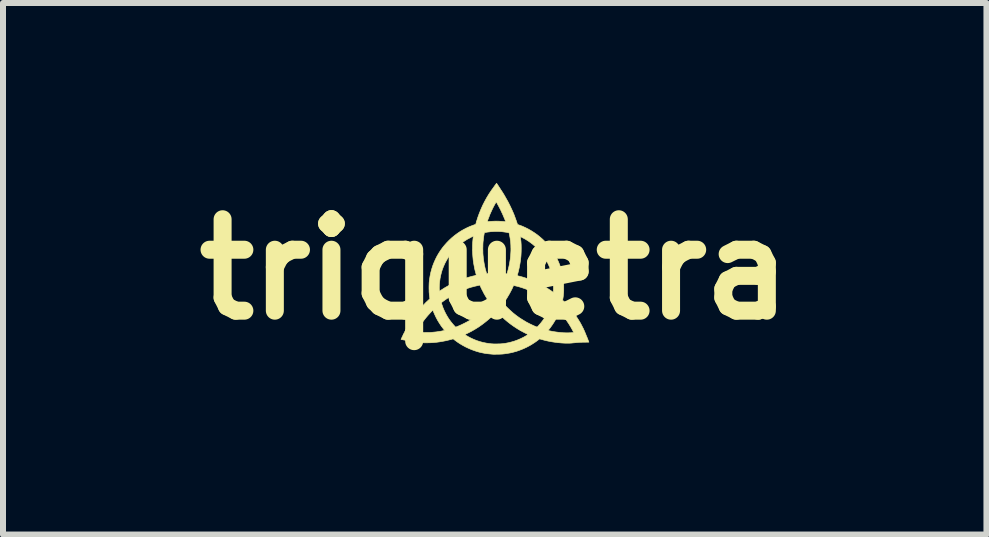
<source format=kicad_pcb>
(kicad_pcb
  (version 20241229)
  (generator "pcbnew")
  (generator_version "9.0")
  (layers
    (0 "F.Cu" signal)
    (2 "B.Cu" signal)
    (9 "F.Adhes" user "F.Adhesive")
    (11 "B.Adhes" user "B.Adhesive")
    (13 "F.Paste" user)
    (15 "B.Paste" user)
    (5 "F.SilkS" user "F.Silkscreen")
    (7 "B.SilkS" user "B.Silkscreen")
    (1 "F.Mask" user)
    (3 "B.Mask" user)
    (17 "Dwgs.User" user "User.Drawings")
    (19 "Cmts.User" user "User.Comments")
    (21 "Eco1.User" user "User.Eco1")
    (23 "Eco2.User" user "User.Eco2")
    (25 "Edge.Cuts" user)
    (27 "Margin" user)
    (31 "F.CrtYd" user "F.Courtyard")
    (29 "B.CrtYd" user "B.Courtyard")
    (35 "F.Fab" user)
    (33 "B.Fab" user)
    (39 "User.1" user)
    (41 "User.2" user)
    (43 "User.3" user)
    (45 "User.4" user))
  (footprint "triquetra"
    (layer "F.Cu")
    (at 5.196 1.439)
    (property "Reference" "triquetra" (at 0 0 0) (layer "F.SilkS") (effects (font (size 1.524 1.524) (thickness 0.3))))
    (attr through_hole)
    (fp_poly (pts (xy 0.032 -1.434) (xy 0.033 -1.432) (xy 0.036 -1.428) (xy 0.04 -1.421) (xy 0.046 -1.413) (xy 0.052 -1.404) (xy 0.059 -1.393) (xy 0.067 -1.381) (xy 0.075 -1.368) (xy 0.084 -1.355) (xy 0.092 -1.342) (xy 0.1 -1.329) (xy 0.108 -1.317) (xy 0.116 -1.306) (xy 0.123 -1.295) (xy 0.128 -1.286) (xy 0.133 -1.279) (xy 0.135 -1.276) (xy 0.164 -1.228) (xy 0.191 -1.18) (xy 0.218 -1.133) (xy 0.243 -1.084) (xy 0.256 -1.058) (xy 0.273 -1.022) (xy 0.289 -0.988) (xy 0.303 -0.956) (xy 0.317 -0.924) (xy 0.329 -0.893) (xy 0.341 -0.86) (xy 0.353 -0.827) (xy 0.363 -0.799) (xy 0.38 -0.748) (xy 0.399 -0.741) (xy 0.454 -0.721) (xy 0.508 -0.697) (xy 0.56 -0.671) (xy 0.61 -0.642) (xy 0.659 -0.611) (xy 0.706 -0.578) (xy 0.751 -0.542) (xy 0.795 -0.504) (xy 0.836 -0.464) (xy 0.875 -0.422) (xy 0.912 -0.378) (xy 0.946 -0.332) (xy 0.978 -0.285) (xy 1.008 -0.236) (xy 1.035 -0.185) (xy 1.059 -0.133) (xy 1.081 -0.08) (xy 1.1 -0.025) (xy 1.115 0.028) (xy 1.125 0.07) (xy 1.134 0.112) (xy 1.141 0.155) (xy 1.146 0.199) (xy 1.147 0.211) (xy 1.148 0.221) (xy 1.149 0.231) (xy 1.149 0.242) (xy 1.15 0.255) (xy 1.15 0.27) (xy 1.15 0.287) (xy 1.15 0.305) (xy 1.15 0.33) (xy 1.15 0.354) (xy 1.149 0.375) (xy 1.148 0.395) (xy 1.146 0.414) (xy 1.144 0.433) (xy 1.142 0.453) (xy 1.139 0.473) (xy 1.137 0.486) (xy 1.132 0.515) (xy 1.166 0.549) (xy 1.181 0.565) (xy 1.195 0.579) (xy 1.207 0.592) (xy 1.218 0.604) (xy 1.229 0.617) (xy 1.241 0.63) (xy 1.253 0.644) (xy 1.257 0.649) (xy 1.295 0.696) (xy 1.331 0.744) (xy 1.364 0.792) (xy 1.396 0.842) (xy 1.427 0.893) (xy 1.448 0.932) (xy 1.457 0.95) (xy 1.466 0.968) (xy 1.476 0.986) (xy 1.484 1.005) (xy 1.494 1.026) (xy 1.503 1.048) (xy 1.513 1.071) (xy 1.523 1.097) (xy 1.535 1.125) (xy 1.542 1.142) (xy 1.57 1.214) (xy 1.503 1.215) (xy 1.484 1.215) (xy 1.467 1.215) (xy 1.453 1.216) (xy 1.44 1.216) (xy 1.429 1.216) (xy 1.419 1.217) (xy 1.409 1.217) (xy 1.399 1.218) (xy 1.388 1.219) (xy 1.376 1.22) (xy 1.363 1.221) (xy 1.348 1.223) (xy 1.345 1.223) (xy 1.322 1.225) (xy 1.301 1.227) (xy 1.282 1.229) (xy 1.266 1.23) (xy 1.25 1.231) (xy 1.235 1.231) (xy 1.221 1.231) (xy 1.206 1.231) (xy 1.191 1.231) (xy 1.175 1.231) (xy 1.174 1.231) (xy 1.138 1.229) (xy 1.105 1.227) (xy 1.075 1.224) (xy 1.046 1.222) (xy 1.045 1.221) (xy 0.998 1.215) (xy 0.951 1.208) (xy 0.903 1.199) (xy 0.856 1.189) (xy 0.81 1.177) (xy 0.771 1.166) (xy 0.747 1.159) (xy 0.733 1.171) (xy 0.685 1.207) (xy 0.635 1.24) (xy 0.584 1.271) (xy 0.531 1.299) (xy 0.477 1.324) (xy 0.422 1.346) (xy 0.365 1.366) (xy 0.34 1.373) (xy 0.296 1.385) (xy 0.25 1.395) (xy 0.202 1.403) (xy 0.153 1.41) (xy 0.131 1.412) (xy 0.124 1.413) (xy 0.115 1.413) (xy 0.104 1.414) (xy 0.09 1.414) (xy 0.076 1.415) (xy 0.061 1.415) (xy 0.045 1.415) (xy 0.029 1.415) (xy 0.014 1.416) (xy -0.000039 1.416) (xy -0.013 1.416) (xy -0.024 1.416) (xy -0.032 1.415) (xy -0.037 1.415) (xy -0.079 1.411) (xy -0.119 1.407) (xy -0.157 1.402) (xy -0.193 1.395) (xy -0.229 1.388) (xy -0.264 1.379) (xy -0.299 1.369) (xy -0.335 1.357) (xy -0.338 1.356) (xy -0.387 1.338) (xy -0.436 1.317) (xy -0.485 1.294) (xy -0.533 1.268) (xy -0.579 1.241) (xy -0.624 1.211) (xy -0.666 1.18) (xy -0.681 1.168) (xy -0.692 1.159) (xy -0.714 1.165) (xy -0.764 1.178) (xy -0.814 1.19) (xy -0.866 1.2) (xy -0.918 1.209) (xy -0.97 1.216) (xy -1.022 1.221) (xy -1.074 1.224) (xy -1.124 1.225) (xy -1.173 1.225) (xy -1.22 1.223) (xy -1.266 1.219) (xy -1.283 1.217) (xy -1.291 1.216) (xy -1.301 1.214) (xy -1.313 1.212) (xy -1.327 1.21) (xy -1.342 1.207) (xy -1.359 1.205) (xy -1.376 1.202) (xy -1.394 1.199) (xy -1.413 1.196) (xy -1.431 1.192) (xy -1.449 1.189) (xy -1.467 1.186) (xy -1.484 1.183) (xy -1.5 1.18) (xy -1.515 1.178) (xy -1.528 1.175) (xy -1.539 1.173) (xy -1.549 1.171) (xy -1.555 1.17) (xy -1.56 1.169) (xy -1.561 1.168) (xy -1.561 1.167) (xy -1.559 1.163) (xy -1.556 1.156) (xy -1.552 1.147) (xy -1.547 1.137) (xy -1.542 1.125) (xy -1.535 1.111) (xy -1.528 1.097) (xy -1.524 1.088) (xy -0.499 1.088) (xy -0.486 1.096) (xy -0.48 1.1) (xy -0.472 1.105) (xy -0.462 1.11) (xy -0.453 1.116) (xy -0.448 1.119) (xy -0.399 1.145) (xy -0.349 1.168) (xy -0.299 1.188) (xy -0.247 1.205) (xy -0.194 1.219) (xy -0.14 1.23) (xy -0.085 1.238) (xy -0.06 1.241) (xy -0.05 1.242) (xy -0.041 1.242) (xy -0.033 1.243) (xy -0.026 1.243) (xy -0.018 1.244) (xy -0.01 1.244) (xy -0.001 1.244) (xy 0.009 1.244) (xy 0.022 1.244) (xy 0.037 1.244) (xy 0.04 1.244) (xy 0.058 1.243) (xy 0.074 1.243) (xy 0.088 1.243) (xy 0.1 1.242) (xy 0.112 1.241) (xy 0.124 1.24) (xy 0.124 1.24) (xy 0.179 1.233) (xy 0.232 1.223) (xy 0.283 1.21) (xy 0.333 1.195) (xy 0.382 1.177) (xy 0.431 1.156) (xy 0.468 1.138) (xy 0.476 1.134) (xy 0.486 1.129) (xy 0.496 1.123) (xy 0.506 1.117) (xy 0.517 1.111) (xy 0.527 1.105) (xy 0.536 1.099) (xy 0.544 1.095) (xy 0.549 1.091) (xy 0.552 1.089) (xy 0.556 1.086) (xy 0.514 1.066) (xy 0.483 1.05) (xy 0.455 1.035) (xy 0.427 1.02) (xy 0.426 1.019) (xy 0.891 1.019) (xy 0.892 1.02) (xy 0.894 1.021) (xy 0.897 1.022) (xy 0.902 1.023) (xy 0.909 1.024) (xy 0.918 1.026) (xy 0.927 1.028) (xy 0.928 1.028) (xy 0.972 1.037) (xy 1.018 1.044) (xy 1.065 1.05) (xy 1.113 1.055) (xy 1.141 1.057) (xy 1.155 1.058) (xy 1.171 1.058) (xy 1.188 1.059) (xy 1.207 1.059) (xy 1.225 1.059) (xy 1.243 1.058) (xy 1.259 1.058) (xy 1.274 1.057) (xy 1.282 1.056) (xy 1.291 1.056) (xy 1.3 1.055) (xy 1.307 1.054) (xy 1.312 1.054) (xy 1.314 1.053) (xy 1.314 1.053) (xy 1.314 1.052) (xy 1.313 1.049) (xy 1.311 1.043) (xy 1.307 1.035) (xy 1.302 1.024) (xy 1.301 1.022) (xy 1.269 0.964) (xy 1.234 0.907) (xy 1.197 0.852) (xy 1.156 0.798) (xy 1.113 0.745) (xy 1.098 0.728) (xy 1.092 0.721) (xy 1.086 0.715) (xy 1.082 0.71) (xy 1.079 0.707) (xy 1.077 0.705) (xy 1.077 0.705) (xy 1.076 0.707) (xy 1.075 0.711) (xy 1.072 0.717) (xy 1.069 0.724) (xy 1.065 0.733) (xy 1.064 0.735) (xy 1.041 0.785) (xy 1.016 0.835) (xy 0.987 0.884) (xy 0.956 0.931) (xy 0.923 0.977) (xy 0.904 1.001) (xy 0.899 1.007) (xy 0.895 1.012) (xy 0.892 1.016) (xy 0.891 1.019) (xy 0.891 1.019) (xy 0.426 1.019) (xy 0.399 1.004) (xy 0.371 0.986) (xy 0.352 0.974) (xy 0.304 0.942) (xy 0.256 0.907) (xy 0.209 0.87) (xy 0.163 0.831) (xy 0.119 0.79) (xy 0.077 0.749) (xy 0.062 0.733) (xy 0.054 0.725) (xy 0.048 0.718) (xy 0.042 0.712) (xy 0.037 0.708) (xy 0.034 0.705) (xy 0.033 0.704) (xy 0.032 0.705) (xy 0.029 0.708) (xy 0.024 0.713) (xy 0.018 0.719) (xy 0.011 0.726) (xy 0.006 0.732) (xy -0.006 0.745) (xy -0.021 0.759) (xy -0.037 0.775) (xy -0.053 0.79) (xy -0.069 0.805) (xy -0.085 0.819) (xy -0.099 0.832) (xy -0.099 0.832) (xy -0.154 0.877) (xy -0.21 0.92) (xy -0.268 0.961) (xy -0.329 0.999) (xy -0.39 1.034) (xy -0.453 1.066) (xy -0.487 1.082) (xy -0.499 1.088) (xy -1.524 1.088) (xy -1.521 1.082) (xy -1.513 1.066) (xy -1.505 1.05) (xy -1.5 1.039) (xy -1.305 1.039) (xy -1.302 1.04) (xy -1.298 1.041) (xy -1.29 1.042) (xy -1.281 1.043) (xy -1.27 1.045) (xy -1.258 1.046) (xy -1.245 1.048) (xy -1.231 1.049) (xy -1.218 1.051) (xy -1.204 1.052) (xy -1.192 1.053) (xy -1.188 1.053) (xy -1.181 1.053) (xy -1.171 1.054) (xy -1.16 1.053) (xy -1.147 1.053) (xy -1.134 1.053) (xy -1.12 1.053) (xy -1.107 1.053) (xy -1.093 1.052) (xy -1.081 1.052) (xy -1.071 1.052) (xy -1.062 1.051) (xy -1.056 1.051) (xy -1.015 1.047) (xy -0.974 1.043) (xy -0.934 1.037) (xy -0.895 1.031) (xy -0.872 1.026) (xy -0.861 1.024) (xy -0.852 1.022) (xy -0.845 1.021) (xy -0.839 1.019) (xy -0.836 1.019) (xy -0.835 1.018) (xy -0.836 1.017) (xy -0.839 1.014) (xy -0.843 1.009) (xy -0.848 1.002) (xy -0.853 0.995) (xy -0.855 0.993) (xy -0.89 0.947) (xy -0.922 0.899) (xy -0.952 0.85) (xy -0.979 0.799) (xy -1.003 0.748) (xy -1.023 0.701) (xy -1.026 0.693) (xy -1.028 0.687) (xy -1.03 0.682) (xy -1.031 0.68) (xy -1.031 0.68) (xy -1.032 0.681) (xy -1.035 0.684) (xy -1.04 0.688) (xy -1.046 0.695) (xy -1.053 0.702) (xy -1.061 0.71) (xy -1.069 0.719) (xy -1.077 0.728) (xy -1.085 0.737) (xy -1.093 0.746) (xy -1.101 0.754) (xy -1.107 0.761) (xy -1.112 0.767) (xy -1.113 0.768) (xy -1.143 0.803) (xy -1.17 0.837) (xy -1.197 0.872) (xy -1.223 0.909) (xy -1.249 0.947) (xy -1.26 0.964) (xy -1.266 0.974) (xy -1.272 0.984) (xy -1.279 0.994) (xy -1.285 1.004) (xy -1.29 1.013) (xy -1.295 1.022) (xy -1.299 1.029) (xy -1.302 1.035) (xy -1.304 1.038) (xy -1.305 1.039) (xy -1.5 1.039) (xy -1.499 1.038) (xy -1.464 0.971) (xy -1.426 0.905) (xy -1.385 0.841) (xy -1.342 0.779) (xy -1.296 0.719) (xy -1.248 0.661) (xy -1.197 0.605) (xy -1.152 0.558) (xy -0.889 0.558) (xy -0.888 0.56) (xy -0.887 0.566) (xy -0.885 0.573) (xy -0.882 0.582) (xy -0.879 0.592) (xy -0.875 0.602) (xy -0.871 0.614) (xy -0.867 0.624) (xy -0.864 0.635) (xy -0.86 0.644) (xy -0.858 0.649) (xy -0.838 0.696) (xy -0.815 0.742) (xy -0.79 0.786) (xy -0.763 0.829) (xy -0.732 0.871) (xy -0.699 0.912) (xy -0.673 0.941) (xy -0.665 0.949) (xy -0.66 0.955) (xy -0.656 0.959) (xy -0.653 0.961) (xy -0.65 0.963) (xy -0.649 0.963) (xy -0.649 0.963) (xy -0.646 0.962) (xy -0.641 0.96) (xy -0.634 0.957) (xy -0.626 0.954) (xy -0.618 0.951) (xy -0.558 0.925) (xy -0.499 0.896) (xy -0.44 0.865) (xy -0.383 0.83) (xy -0.36 0.815) (xy -0.308 0.778) (xy -0.257 0.739) (xy -0.208 0.698) (xy -0.161 0.655) (xy -0.116 0.611) (xy -0.088 0.58) (xy -0.077 0.568) (xy 0.144 0.568) (xy 0.146 0.569) (xy 0.149 0.573) (xy 0.153 0.578) (xy 0.159 0.585) (xy 0.166 0.593) (xy 0.174 0.601) (xy 0.182 0.61) (xy 0.191 0.619) (xy 0.199 0.628) (xy 0.208 0.636) (xy 0.208 0.637) (xy 0.257 0.683) (xy 0.307 0.728) (xy 0.36 0.77) (xy 0.414 0.809) (xy 0.471 0.845) (xy 0.529 0.88) (xy 0.589 0.911) (xy 0.65 0.94) (xy 0.679 0.952) (xy 0.687 0.955) (xy 0.694 0.958) (xy 0.7 0.96) (xy 0.704 0.962) (xy 0.706 0.962) (xy 0.708 0.961) (xy 0.712 0.957) (xy 0.718 0.952) (xy 0.726 0.944) (xy 0.729 0.94) (xy 0.765 0.899) (xy 0.798 0.857) (xy 0.828 0.813) (xy 0.856 0.769) (xy 0.88 0.723) (xy 0.903 0.675) (xy 0.913 0.65) (xy 0.916 0.642) (xy 0.92 0.633) (xy 0.923 0.623) (xy 0.927 0.613) (xy 0.931 0.603) (xy 0.934 0.594) (xy 0.936 0.586) (xy 0.938 0.58) (xy 0.939 0.576) (xy 0.94 0.574) (xy 0.938 0.573) (xy 0.935 0.57) (xy 0.93 0.566) (xy 0.924 0.561) (xy 0.924 0.561) (xy 0.913 0.552) (xy 0.9 0.542) (xy 0.885 0.531) (xy 0.869 0.519) (xy 0.853 0.508) (xy 0.837 0.496) (xy 0.822 0.486) (xy 0.812 0.479) (xy 0.755 0.443) (xy 0.697 0.41) (xy 0.637 0.379) (xy 0.576 0.351) (xy 0.514 0.327) (xy 0.451 0.305) (xy 0.387 0.286) (xy 0.349 0.277) (xy 0.34 0.275) (xy 0.331 0.273) (xy 0.324 0.271) (xy 0.319 0.27) (xy 0.317 0.27) (xy 0.317 0.27) (xy 0.315 0.27) (xy 0.313 0.272) (xy 0.311 0.276) (xy 0.308 0.282) (xy 0.305 0.289) (xy 0.288 0.327) (xy 0.268 0.365) (xy 0.247 0.405) (xy 0.224 0.444) (xy 0.201 0.483) (xy 0.176 0.52) (xy 0.159 0.546) (xy 0.154 0.553) (xy 0.15 0.559) (xy 0.146 0.564) (xy 0.145 0.567) (xy 0.144 0.568) (xy -0.077 0.568) (xy -0.076 0.567) (xy -0.085 0.554) (xy -0.104 0.527) (xy -0.123 0.497) (xy -0.143 0.465) (xy -0.162 0.433) (xy -0.181 0.4) (xy -0.198 0.366) (xy -0.215 0.334) (xy -0.23 0.303) (xy -0.236 0.287) (xy -0.24 0.279) (xy -0.243 0.273) (xy -0.245 0.267) (xy -0.247 0.264) (xy -0.247 0.264) (xy -0.249 0.264) (xy -0.253 0.264) (xy -0.26 0.266) (xy -0.269 0.268) (xy -0.28 0.27) (xy -0.291 0.273) (xy -0.304 0.276) (xy -0.317 0.279) (xy -0.331 0.282) (xy -0.344 0.285) (xy -0.356 0.289) (xy -0.368 0.292) (xy -0.379 0.295) (xy -0.382 0.295) (xy -0.439 0.313) (xy -0.496 0.334) (xy -0.553 0.357) (xy -0.609 0.382) (xy -0.664 0.41) (xy -0.718 0.439) (xy -0.74 0.452) (xy -0.751 0.459) (xy -0.764 0.468) (xy -0.779 0.477) (xy -0.794 0.487) (xy -0.81 0.498) (xy -0.825 0.508) (xy -0.839 0.518) (xy -0.851 0.527) (xy -0.852 0.528) (xy -0.863 0.535) (xy -0.871 0.542) (xy -0.878 0.546) (xy -0.882 0.55) (xy -0.885 0.552) (xy -0.887 0.554) (xy -0.888 0.555) (xy -0.889 0.557) (xy -0.889 0.558) (xy -0.889 0.558) (xy -1.152 0.558) (xy -1.145 0.551) (xy -1.092 0.501) (xy -1.081 0.491) (xy -1.085 0.461) (xy -1.087 0.442) (xy -1.09 0.424) (xy -1.091 0.406) (xy -1.093 0.389) (xy -1.094 0.37) (xy -1.094 0.35) (xy -1.095 0.327) (xy -1.095 0.325) (xy -1.095 0.3) (xy -0.924 0.3) (xy -0.924 0.312) (xy -0.924 0.323) (xy -0.923 0.334) (xy -0.923 0.344) (xy -0.923 0.352) (xy -0.922 0.359) (xy -0.922 0.363) (xy -0.921 0.365) (xy -0.921 0.365) (xy -0.919 0.364) (xy -0.916 0.361) (xy -0.91 0.358) (xy -0.903 0.353) (xy -0.896 0.348) (xy -0.835 0.309) (xy -0.772 0.273) (xy -0.714 0.242) (xy -0.069 0.242) (xy -0.05 0.279) (xy -0.034 0.309) (xy -0.019 0.337) (xy -0.004 0.364) (xy 0.011 0.388) (xy 0.025 0.41) (xy 0.027 0.413) (xy 0.034 0.423) (xy 0.037 0.419) (xy 0.039 0.416) (xy 0.042 0.411) (xy 0.047 0.405) (xy 0.052 0.397) (xy 0.055 0.391) (xy 0.062 0.381) (xy 0.069 0.37) (xy 0.076 0.358) (xy 0.082 0.347) (xy 0.085 0.341) (xy 0.09 0.333) (xy 0.095 0.324) (xy 0.1 0.314) (xy 0.106 0.304) (xy 0.112 0.293) (xy 0.117 0.282) (xy 0.123 0.272) (xy 0.127 0.263) (xy 0.131 0.255) (xy 0.134 0.249) (xy 0.136 0.245) (xy 0.136 0.244) (xy 0.136 0.244) (xy 0.135 0.243) (xy 0.13 0.243) (xy 0.124 0.242) (xy 0.116 0.242) (xy 0.11 0.241) (xy 0.103 0.241) (xy 0.094 0.24) (xy 0.082 0.24) (xy 0.069 0.24) (xy 0.055 0.24) (xy 0.04 0.239) (xy 0.025 0.239) (xy 0.01 0.239) (xy -0.005 0.239) (xy -0.019 0.239) (xy -0.031 0.24) (xy -0.042 0.24) (xy -0.051 0.24) (xy -0.057 0.241) (xy -0.06 0.241) (xy -0.069 0.242) (xy -0.714 0.242) (xy -0.708 0.239) (xy -0.642 0.208) (xy -0.576 0.18) (xy -0.508 0.155) (xy -0.439 0.133) (xy -0.37 0.114) (xy -0.333 0.106) (xy 0.375 0.106) (xy 0.377 0.106) (xy 0.381 0.107) (xy 0.387 0.109) (xy 0.395 0.111) (xy 0.402 0.112) (xy 0.468 0.13) (xy 0.534 0.151) (xy 0.6 0.175) (xy 0.664 0.202) (xy 0.728 0.232) (xy 0.791 0.265) (xy 0.841 0.294) (xy 0.853 0.301) (xy 0.866 0.309) (xy 0.88 0.318) (xy 0.895 0.328) (xy 0.91 0.338) (xy 0.924 0.347) (xy 0.937 0.356) (xy 0.949 0.364) (xy 0.958 0.371) (xy 0.959 0.371) (xy 0.965 0.376) (xy 0.97 0.379) (xy 0.973 0.382) (xy 0.975 0.383) (xy 0.976 0.381) (xy 0.976 0.377) (xy 0.977 0.372) (xy 0.977 0.369) (xy 0.978 0.36) (xy 0.978 0.349) (xy 0.979 0.336) (xy 0.979 0.322) (xy 0.979 0.307) (xy 0.978 0.291) (xy 0.978 0.275) (xy 0.978 0.26) (xy 0.977 0.246) (xy 0.976 0.234) (xy 0.976 0.225) (xy 0.969 0.173) (xy 0.96 0.122) (xy 0.949 0.072) (xy 0.935 0.024) (xy 0.919 -0.023) (xy 0.9 -0.069) (xy 0.888 -0.095) (xy 0.867 -0.135) (xy 0.846 -0.172) (xy 0.823 -0.208) (xy 0.799 -0.242) (xy 0.773 -0.277) (xy 0.752 -0.302) (xy 0.745 -0.31) (xy 0.736 -0.319) (xy 0.726 -0.33) (xy 0.714 -0.341) (xy 0.702 -0.353) (xy 0.69 -0.365) (xy 0.679 -0.376) (xy 0.668 -0.387) (xy 0.658 -0.395) (xy 0.652 -0.401) (xy 0.631 -0.419) (xy 0.608 -0.436) (xy 0.584 -0.454) (xy 0.56 -0.471) (xy 0.536 -0.486) (xy 0.513 -0.5) (xy 0.507 -0.504) (xy 0.499 -0.508) (xy 0.49 -0.513) (xy 0.481 -0.518) (xy 0.471 -0.523) (xy 0.462 -0.528) (xy 0.452 -0.533) (xy 0.444 -0.537) (xy 0.437 -0.54) (xy 0.432 -0.543) (xy 0.428 -0.544) (xy 0.428 -0.544) (xy 0.428 -0.542) (xy 0.428 -0.538) (xy 0.429 -0.532) (xy 0.43 -0.524) (xy 0.43 -0.521) (xy 0.437 -0.467) (xy 0.441 -0.41) (xy 0.442 -0.352) (xy 0.441 -0.293) (xy 0.438 -0.232) (xy 0.436 -0.206) (xy 0.429 -0.148) (xy 0.42 -0.089) (xy 0.409 -0.03) (xy 0.396 0.028) (xy 0.382 0.08) (xy 0.379 0.088) (xy 0.377 0.096) (xy 0.376 0.101) (xy 0.375 0.105) (xy 0.375 0.106) (xy -0.333 0.106) (xy -0.329 0.105) (xy -0.322 0.103) (xy -0.315 0.101) (xy -0.31 0.1) (xy -0.307 0.099) (xy -0.307 0.099) (xy -0.307 0.098) (xy -0.308 0.094) (xy -0.31 0.087) (xy -0.312 0.079) (xy -0.314 0.07) (xy -0.314 0.07) (xy -0.325 0.03) (xy -0.335 -0.012) (xy -0.343 -0.055) (xy -0.351 -0.098) (xy -0.357 -0.14) (xy -0.359 -0.152) (xy -0.362 -0.186) (xy -0.365 -0.217) (xy -0.367 -0.248) (xy -0.369 -0.28) (xy -0.37 -0.312) (xy -0.37 -0.341) (xy -0.198 -0.341) (xy -0.198 -0.321) (xy -0.197 -0.302) (xy -0.197 -0.286) (xy -0.197 -0.271) (xy -0.196 -0.257) (xy -0.195 -0.243) (xy -0.194 -0.229) (xy -0.192 -0.214) (xy -0.191 -0.197) (xy -0.189 -0.182) (xy -0.182 -0.131) (xy -0.173 -0.079) (xy -0.162 -0.028) (xy -0.16 -0.018) (xy -0.158 -0.011) (xy -0.156 -0.002) (xy -0.153 0.008) (xy -0.15 0.018) (xy -0.147 0.029) (xy -0.144 0.039) (xy -0.141 0.049) (xy -0.139 0.058) (xy -0.137 0.065) (xy -0.135 0.07) (xy -0.134 0.073) (xy -0.134 0.073) (xy -0.132 0.073) (xy -0.128 0.073) (xy -0.121 0.072) (xy -0.113 0.072) (xy -0.103 0.071) (xy -0.093 0.07) (xy -0.073 0.069) (xy -0.05 0.068) (xy -0.025 0.068) (xy 0.000379 0.067) (xy 0.027 0.067) (xy 0.053 0.068) (xy 0.079 0.068) (xy 0.104 0.069) (xy 0.128 0.07) (xy 0.15 0.072) (xy 0.17 0.073) (xy 0.182 0.075) (xy 0.188 0.075) (xy 0.194 0.076) (xy 0.198 0.076) (xy 0.204 0.075) (xy 0.211 0.052) (xy 0.226 -0.002) (xy 0.239 -0.057) (xy 0.25 -0.115) (xy 0.259 -0.173) (xy 0.265 -0.231) (xy 0.268 -0.276) (xy 0.269 -0.292) (xy 0.27 -0.31) (xy 0.27 -0.329) (xy 0.27 -0.35) (xy 0.269 -0.37) (xy 0.269 -0.391) (xy 0.268 -0.41) (xy 0.267 -0.428) (xy 0.266 -0.443) (xy 0.265 -0.452) (xy 0.263 -0.475) (xy 0.259 -0.499) (xy 0.256 -0.522) (xy 0.252 -0.544) (xy 0.248 -0.564) (xy 0.248 -0.568) (xy 0.246 -0.577) (xy 0.244 -0.585) (xy 0.242 -0.593) (xy 0.241 -0.598) (xy 0.241 -0.6) (xy 0.239 -0.605) (xy 0.237 -0.608) (xy 0.237 -0.609) (xy 0.23 -0.61) (xy 0.221 -0.612) (xy 0.21 -0.614) (xy 0.197 -0.617) (xy 0.182 -0.619) (xy 0.167 -0.621) (xy 0.152 -0.623) (xy 0.136 -0.625) (xy 0.122 -0.627) (xy 0.11 -0.628) (xy 0.096 -0.629) (xy 0.08 -0.63) (xy 0.061 -0.631) (xy 0.042 -0.631) (xy 0.022 -0.631) (xy 0.002 -0.631) (xy -0.017 -0.63) (xy -0.034 -0.629) (xy -0.05 -0.629) (xy -0.055 -0.628) (xy -0.068 -0.627) (xy -0.082 -0.625) (xy -0.096 -0.623) (xy -0.11 -0.622) (xy -0.123 -0.62) (xy -0.135 -0.618) (xy -0.147 -0.616) (xy -0.156 -0.614) (xy -0.164 -0.612) (xy -0.169 -0.611) (xy -0.172 -0.61) (xy -0.172 -0.61) (xy -0.173 -0.608) (xy -0.174 -0.603) (xy -0.175 -0.595) (xy -0.177 -0.586) (xy -0.179 -0.575) (xy -0.181 -0.562) (xy -0.183 -0.549) (xy -0.185 -0.535) (xy -0.187 -0.521) (xy -0.188 -0.507) (xy -0.19 -0.494) (xy -0.19 -0.491) (xy -0.192 -0.475) (xy -0.194 -0.46) (xy -0.195 -0.447) (xy -0.196 -0.434) (xy -0.196 -0.421) (xy -0.197 -0.407) (xy -0.197 -0.393) (xy -0.197 -0.377) (xy -0.198 -0.358) (xy -0.198 -0.341) (xy -0.37 -0.341) (xy -0.37 -0.345) (xy -0.37 -0.369) (xy -0.37 -0.392) (xy -0.369 -0.413) (xy -0.368 -0.433) (xy -0.367 -0.454) (xy -0.365 -0.476) (xy -0.363 -0.499) (xy -0.36 -0.523) (xy -0.358 -0.542) (xy -0.357 -0.547) (xy -0.358 -0.55) (xy -0.358 -0.551) (xy -0.361 -0.55) (xy -0.366 -0.548) (xy -0.373 -0.545) (xy -0.381 -0.541) (xy -0.391 -0.536) (xy -0.402 -0.53) (xy -0.413 -0.524) (xy -0.424 -0.518) (xy -0.436 -0.512) (xy -0.446 -0.507) (xy -0.456 -0.501) (xy -0.464 -0.497) (xy -0.466 -0.495) (xy -0.498 -0.475) (xy -0.528 -0.455) (xy -0.556 -0.434) (xy -0.584 -0.411) (xy -0.611 -0.387) (xy -0.639 -0.361) (xy -0.651 -0.349) (xy -0.683 -0.316) (xy -0.713 -0.282) (xy -0.74 -0.248) (xy -0.765 -0.212) (xy -0.789 -0.175) (xy -0.811 -0.136) (xy -0.829 -0.102) (xy -0.851 -0.053) (xy -0.871 -0.003) (xy -0.887 0.048) (xy -0.9 0.1) (xy -0.911 0.153) (xy -0.918 0.207) (xy -0.923 0.261) (xy -0.923 0.279) (xy -0.924 0.29) (xy -0.924 0.3) (xy -1.095 0.3) (xy -1.095 0.289) (xy -1.094 0.256) (xy -1.093 0.224) (xy -1.09 0.193) (xy -1.087 0.17) (xy -1.078 0.112) (xy -1.066 0.054) (xy -1.051 -0.003) (xy -1.033 -0.059) (xy -1.012 -0.113) (xy -0.988 -0.167) (xy -0.962 -0.219) (xy -0.932 -0.27) (xy -0.9 -0.319) (xy -0.865 -0.367) (xy -0.839 -0.399) (xy -0.8 -0.443) (xy -0.759 -0.485) (xy -0.716 -0.525) (xy -0.67 -0.563) (xy -0.623 -0.598) (xy -0.574 -0.631) (xy -0.523 -0.661) (xy -0.471 -0.688) (xy -0.417 -0.713) (xy -0.362 -0.734) (xy -0.343 -0.741) (xy -0.317 -0.75) (xy -0.307 -0.784) (xy -0.304 -0.795) (xy -0.124 -0.795) (xy -0.122 -0.794) (xy -0.119 -0.794) (xy -0.117 -0.794) (xy -0.113 -0.795) (xy -0.107 -0.796) (xy -0.099 -0.796) (xy -0.09 -0.797) (xy -0.087 -0.798) (xy -0.036 -0.801) (xy 0.016 -0.803) (xy 0.069 -0.802) (xy 0.121 -0.799) (xy 0.158 -0.796) (xy 0.167 -0.795) (xy 0.174 -0.794) (xy 0.179 -0.794) (xy 0.182 -0.794) (xy 0.182 -0.794) (xy 0.182 -0.796) (xy 0.18 -0.8) (xy 0.178 -0.807) (xy 0.175 -0.815) (xy 0.171 -0.825) (xy 0.167 -0.836) (xy 0.162 -0.847) (xy 0.157 -0.859) (xy 0.152 -0.871) (xy 0.147 -0.883) (xy 0.142 -0.894) (xy 0.138 -0.904) (xy 0.136 -0.908) (xy 0.127 -0.93) (xy 0.115 -0.953) (xy 0.104 -0.978) (xy 0.092 -1.002) (xy 0.08 -1.025) (xy 0.073 -1.038) (xy 0.068 -1.048) (xy 0.062 -1.059) (xy 0.056 -1.07) (xy 0.05 -1.081) (xy 0.044 -1.091) (xy 0.039 -1.101) (xy 0.034 -1.109) (xy 0.03 -1.116) (xy 0.028 -1.12) (xy 0.027 -1.122) (xy 0.025 -1.122) (xy 0.023 -1.12) (xy 0.02 -1.116) (xy 0.019 -1.113) (xy 0.001 -1.082) (xy -0.017 -1.049) (xy -0.035 -1.014) (xy -0.051 -0.979) (xy -0.067 -0.944) (xy -0.082 -0.91) (xy -0.086 -0.9) (xy -0.09 -0.888) (xy -0.095 -0.875) (xy -0.1 -0.862) (xy -0.105 -0.85) (xy -0.11 -0.837) (xy -0.114 -0.826) (xy -0.117 -0.816) (xy -0.12 -0.807) (xy -0.122 -0.801) (xy -0.124 -0.796) (xy -0.124 -0.795) (xy -0.304 -0.795) (xy -0.285 -0.857) (xy -0.259 -0.929) (xy -0.231 -0.998) (xy -0.201 -1.066) (xy -0.167 -1.133) (xy -0.131 -1.198) (xy -0.092 -1.262) (xy -0.092 -1.262) (xy -0.086 -1.271) (xy -0.079 -1.281) (xy -0.071 -1.292) (xy -0.063 -1.305) (xy -0.054 -1.318) (xy -0.045 -1.331) (xy -0.035 -1.344) (xy -0.025 -1.358) (xy -0.016 -1.371) (xy -0.007 -1.383) (xy 0.001 -1.395) (xy 0.009 -1.406) (xy 0.016 -1.415) (xy 0.022 -1.423) (xy 0.027 -1.429) (xy 0.03 -1.432) (xy 0.032 -1.434) (xy 0.032 -1.434)) (stroke (width 0.01) (type solid)) (fill yes) (layer "F.SilkS")))
  (gr_rect
    (start -3 -3)
    (end 13.392 5.86)
    (stroke (width 0.1) (type default))
    (fill no)
    (layer "Edge.Cuts")))
</source>
